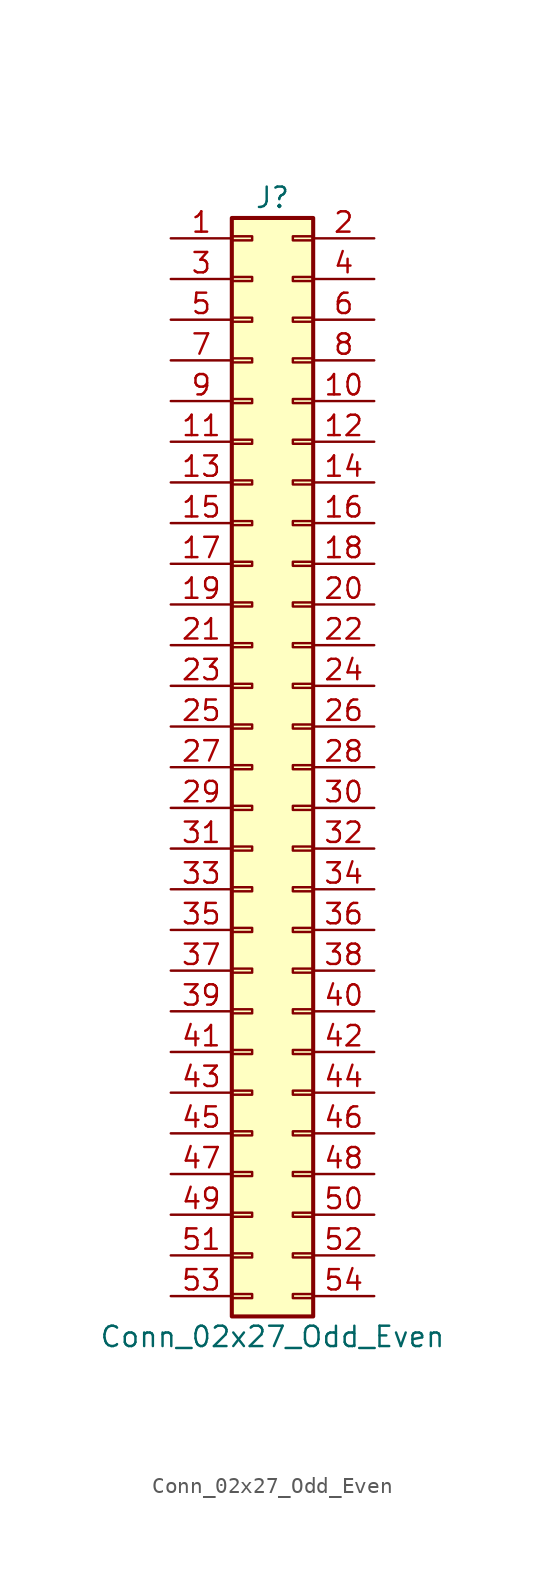
<source format=kicad_sym>
(kicad_symbol_lib
  (version 20201005)
  (generator kicad_symbol_editor)
  (symbol "Connector_Generic:Conn_02x27_Odd_Even"
    (pin_names
      (offset 1.016) hide)
    (property "Reference" "J"
      (at 1.27 35.56 0)
      (effects (font (size 1.27 1.27))))
    (property "Value" "Conn_02x27_Odd_Even"
      (at 1.27 -35.56 0)
      (effects (font (size 1.27 1.27))))
    (symbol "Conn_02x27_Odd_Even_1_1"
      (rectangle (start -1.27 -27.813) (end 0 -28.067) (stroke (width 0.152)) (fill (type none)))
      (rectangle (start -1.27 -30.353) (end 0 -30.607) (stroke (width 0.152)) (fill (type none)))
      (rectangle (start -1.27 -32.893) (end 0 -33.147) (stroke (width 0.152)) (fill (type none)))
      (rectangle (start -1.27 -4.953) (end 0 -5.207) (stroke (width 0.152)) (fill (type none)))
      (rectangle (start -1.27 -7.493) (end 0 -7.747) (stroke (width 0.152)) (fill (type none)))
      (rectangle (start -1.27 -10.033) (end 0 -10.287) (stroke (width 0.152)) (fill (type none)))
      (rectangle (start -1.27 -12.573) (end 0 -12.827) (stroke (width 0.152)) (fill (type none)))
      (rectangle (start -1.27 -15.113) (end 0 -15.367) (stroke (width 0.152)) (fill (type none)))
      (rectangle (start -1.27 -17.653) (end 0 -17.907) (stroke (width 0.152)) (fill (type none)))
      (rectangle (start -1.27 -20.193) (end 0 -20.447) (stroke (width 0.152)) (fill (type none)))
      (rectangle (start -1.27 -22.733) (end 0 -22.987) (stroke (width 0.152)) (fill (type none)))
      (rectangle (start -1.27 -2.413) (end 0 -2.667) (stroke (width 0.152)) (fill (type none)))
      (rectangle (start -1.27 -25.273) (end 0 -25.527) (stroke (width 0.152)) (fill (type none)))
      (rectangle (start -1.27 25.527) (end 0 25.273) (stroke (width 0.152)) (fill (type none)))
      (rectangle (start -1.27 2.667) (end 0 2.413) (stroke (width 0.152)) (fill (type none)))
      (rectangle (start -1.27 28.067) (end 0 27.813) (stroke (width 0.152)) (fill (type none)))
      (rectangle (start -1.27 30.607) (end 0 30.353) (stroke (width 0.152)) (fill (type none)))
      (rectangle (start -1.27 33.147) (end 0 32.893) (stroke (width 0.152)) (fill (type none)))
      (rectangle (start -1.27 34.29) (end 3.81 -34.29) (stroke (width 0.254)) (fill (type background)))
      (rectangle (start -1.27 5.207) (end 0 4.953) (stroke (width 0.152)) (fill (type none)))
      (rectangle (start -1.27 7.747) (end 0 7.493) (stroke (width 0.152)) (fill (type none)))
      (rectangle (start -1.27 10.287) (end 0 10.033) (stroke (width 0.152)) (fill (type none)))
      (rectangle (start -1.27 0.127) (end 0 -0.127) (stroke (width 0.152)) (fill (type none)))
      (rectangle (start -1.27 12.827) (end 0 12.573) (stroke (width 0.152)) (fill (type none)))
      (rectangle (start -1.27 15.367) (end 0 15.113) (stroke (width 0.152)) (fill (type none)))
      (rectangle (start -1.27 17.907) (end 0 17.653) (stroke (width 0.152)) (fill (type none)))
      (rectangle (start -1.27 20.447) (end 0 20.193) (stroke (width 0.152)) (fill (type none)))
      (rectangle (start -1.27 22.987) (end 0 22.733) (stroke (width 0.152)) (fill (type none)))
      (rectangle (start 3.81 -27.813) (end 2.54 -28.067) (stroke (width 0.152)) (fill (type none)))
      (rectangle (start 3.81 -30.353) (end 2.54 -30.607) (stroke (width 0.152)) (fill (type none)))
      (rectangle (start 3.81 -32.893) (end 2.54 -33.147) (stroke (width 0.152)) (fill (type none)))
      (rectangle (start 3.81 -4.953) (end 2.54 -5.207) (stroke (width 0.152)) (fill (type none)))
      (rectangle (start 3.81 -7.493) (end 2.54 -7.747) (stroke (width 0.152)) (fill (type none)))
      (rectangle (start 3.81 -10.033) (end 2.54 -10.287) (stroke (width 0.152)) (fill (type none)))
      (rectangle (start 3.81 -12.573) (end 2.54 -12.827) (stroke (width 0.152)) (fill (type none)))
      (rectangle (start 3.81 -15.113) (end 2.54 -15.367) (stroke (width 0.152)) (fill (type none)))
      (rectangle (start 3.81 -17.653) (end 2.54 -17.907) (stroke (width 0.152)) (fill (type none)))
      (rectangle (start 3.81 -20.193) (end 2.54 -20.447) (stroke (width 0.152)) (fill (type none)))
      (rectangle (start 3.81 -22.733) (end 2.54 -22.987) (stroke (width 0.152)) (fill (type none)))
      (rectangle (start 3.81 -2.413) (end 2.54 -2.667) (stroke (width 0.152)) (fill (type none)))
      (rectangle (start 3.81 -25.273) (end 2.54 -25.527) (stroke (width 0.152)) (fill (type none)))
      (rectangle (start 3.81 25.527) (end 2.54 25.273) (stroke (width 0.152)) (fill (type none)))
      (rectangle (start 3.81 2.667) (end 2.54 2.413) (stroke (width 0.152)) (fill (type none)))
      (rectangle (start 3.81 28.067) (end 2.54 27.813) (stroke (width 0.152)) (fill (type none)))
      (rectangle (start 3.81 30.607) (end 2.54 30.353) (stroke (width 0.152)) (fill (type none)))
      (rectangle (start 3.81 33.147) (end 2.54 32.893) (stroke (width 0.152)) (fill (type none)))
      (rectangle (start 3.81 5.207) (end 2.54 4.953) (stroke (width 0.152)) (fill (type none)))
      (rectangle (start 3.81 7.747) (end 2.54 7.493) (stroke (width 0.152)) (fill (type none)))
      (rectangle (start 3.81 10.287) (end 2.54 10.033) (stroke (width 0.152)) (fill (type none)))
      (rectangle (start 3.81 0.127) (end 2.54 -0.127) (stroke (width 0.152)) (fill (type none)))
      (rectangle (start 3.81 12.827) (end 2.54 12.573) (stroke (width 0.152)) (fill (type none)))
      (rectangle (start 3.81 15.367) (end 2.54 15.113) (stroke (width 0.152)) (fill (type none)))
      (rectangle (start 3.81 17.907) (end 2.54 17.653) (stroke (width 0.152)) (fill (type none)))
      (rectangle (start 3.81 20.447) (end 2.54 20.193) (stroke (width 0.152)) (fill (type none)))
      (rectangle (start 3.81 22.987) (end 2.54 22.733) (stroke (width 0.152)) (fill (type none)))
      (pin passive line (at -5.08 33.02 0) (length 3.81) (name "Pin_1" (effects (font (size 1.27 1.27)))) (number "1" (effects (font (size 1.27 1.27)))))
      (pin passive line (at 7.62 22.86 180) (length 3.81) (name "Pin_10" (effects (font (size 1.27 1.27)))) (number "10" (effects (font (size 1.27 1.27)))))
      (pin passive line (at -5.08 20.32 0) (length 3.81) (name "Pin_11" (effects (font (size 1.27 1.27)))) (number "11" (effects (font (size 1.27 1.27)))))
      (pin passive line (at 7.62 20.32 180) (length 3.81) (name "Pin_12" (effects (font (size 1.27 1.27)))) (number "12" (effects (font (size 1.27 1.27)))))
      (pin passive line (at -5.08 17.78 0) (length 3.81) (name "Pin_13" (effects (font (size 1.27 1.27)))) (number "13" (effects (font (size 1.27 1.27)))))
      (pin passive line (at 7.62 17.78 180) (length 3.81) (name "Pin_14" (effects (font (size 1.27 1.27)))) (number "14" (effects (font (size 1.27 1.27)))))
      (pin passive line (at -5.08 15.24 0) (length 3.81) (name "Pin_15" (effects (font (size 1.27 1.27)))) (number "15" (effects (font (size 1.27 1.27)))))
      (pin passive line (at 7.62 15.24 180) (length 3.81) (name "Pin_16" (effects (font (size 1.27 1.27)))) (number "16" (effects (font (size 1.27 1.27)))))
      (pin passive line (at -5.08 12.7 0) (length 3.81) (name "Pin_17" (effects (font (size 1.27 1.27)))) (number "17" (effects (font (size 1.27 1.27)))))
      (pin passive line (at 7.62 12.7 180) (length 3.81) (name "Pin_18" (effects (font (size 1.27 1.27)))) (number "18" (effects (font (size 1.27 1.27)))))
      (pin passive line (at -5.08 10.16 0) (length 3.81) (name "Pin_19" (effects (font (size 1.27 1.27)))) (number "19" (effects (font (size 1.27 1.27)))))
      (pin passive line (at 7.62 33.02 180) (length 3.81) (name "Pin_2" (effects (font (size 1.27 1.27)))) (number "2" (effects (font (size 1.27 1.27)))))
      (pin passive line (at 7.62 10.16 180) (length 3.81) (name "Pin_20" (effects (font (size 1.27 1.27)))) (number "20" (effects (font (size 1.27 1.27)))))
      (pin passive line (at -5.08 7.62 0) (length 3.81) (name "Pin_21" (effects (font (size 1.27 1.27)))) (number "21" (effects (font (size 1.27 1.27)))))
      (pin passive line (at 7.62 7.62 180) (length 3.81) (name "Pin_22" (effects (font (size 1.27 1.27)))) (number "22" (effects (font (size 1.27 1.27)))))
      (pin passive line (at -5.08 5.08 0) (length 3.81) (name "Pin_23" (effects (font (size 1.27 1.27)))) (number "23" (effects (font (size 1.27 1.27)))))
      (pin passive line (at 7.62 5.08 180) (length 3.81) (name "Pin_24" (effects (font (size 1.27 1.27)))) (number "24" (effects (font (size 1.27 1.27)))))
      (pin passive line (at -5.08 2.54 0) (length 3.81) (name "Pin_25" (effects (font (size 1.27 1.27)))) (number "25" (effects (font (size 1.27 1.27)))))
      (pin passive line (at 7.62 2.54 180) (length 3.81) (name "Pin_26" (effects (font (size 1.27 1.27)))) (number "26" (effects (font (size 1.27 1.27)))))
      (pin passive line (at -5.08 0 0) (length 3.81) (name "Pin_27" (effects (font (size 1.27 1.27)))) (number "27" (effects (font (size 1.27 1.27)))))
      (pin passive line (at 7.62 0 180) (length 3.81) (name "Pin_28" (effects (font (size 1.27 1.27)))) (number "28" (effects (font (size 1.27 1.27)))))
      (pin passive line (at -5.08 -2.54 0) (length 3.81) (name "Pin_29" (effects (font (size 1.27 1.27)))) (number "29" (effects (font (size 1.27 1.27)))))
      (pin passive line (at -5.08 30.48 0) (length 3.81) (name "Pin_3" (effects (font (size 1.27 1.27)))) (number "3" (effects (font (size 1.27 1.27)))))
      (pin passive line (at 7.62 -2.54 180) (length 3.81) (name "Pin_30" (effects (font (size 1.27 1.27)))) (number "30" (effects (font (size 1.27 1.27)))))
      (pin passive line (at -5.08 -5.08 0) (length 3.81) (name "Pin_31" (effects (font (size 1.27 1.27)))) (number "31" (effects (font (size 1.27 1.27)))))
      (pin passive line (at 7.62 -5.08 180) (length 3.81) (name "Pin_32" (effects (font (size 1.27 1.27)))) (number "32" (effects (font (size 1.27 1.27)))))
      (pin passive line (at -5.08 -7.62 0) (length 3.81) (name "Pin_33" (effects (font (size 1.27 1.27)))) (number "33" (effects (font (size 1.27 1.27)))))
      (pin passive line (at 7.62 -7.62 180) (length 3.81) (name "Pin_34" (effects (font (size 1.27 1.27)))) (number "34" (effects (font (size 1.27 1.27)))))
      (pin passive line (at -5.08 -10.16 0) (length 3.81) (name "Pin_35" (effects (font (size 1.27 1.27)))) (number "35" (effects (font (size 1.27 1.27)))))
      (pin passive line (at 7.62 -10.16 180) (length 3.81) (name "Pin_36" (effects (font (size 1.27 1.27)))) (number "36" (effects (font (size 1.27 1.27)))))
      (pin passive line (at -5.08 -12.7 0) (length 3.81) (name "Pin_37" (effects (font (size 1.27 1.27)))) (number "37" (effects (font (size 1.27 1.27)))))
      (pin passive line (at 7.62 -12.7 180) (length 3.81) (name "Pin_38" (effects (font (size 1.27 1.27)))) (number "38" (effects (font (size 1.27 1.27)))))
      (pin passive line (at -5.08 -15.24 0) (length 3.81) (name "Pin_39" (effects (font (size 1.27 1.27)))) (number "39" (effects (font (size 1.27 1.27)))))
      (pin passive line (at 7.62 30.48 180) (length 3.81) (name "Pin_4" (effects (font (size 1.27 1.27)))) (number "4" (effects (font (size 1.27 1.27)))))
      (pin passive line (at 7.62 -15.24 180) (length 3.81) (name "Pin_40" (effects (font (size 1.27 1.27)))) (number "40" (effects (font (size 1.27 1.27)))))
      (pin passive line (at -5.08 -17.78 0) (length 3.81) (name "Pin_41" (effects (font (size 1.27 1.27)))) (number "41" (effects (font (size 1.27 1.27)))))
      (pin passive line (at 7.62 -17.78 180) (length 3.81) (name "Pin_42" (effects (font (size 1.27 1.27)))) (number "42" (effects (font (size 1.27 1.27)))))
      (pin passive line (at -5.08 -20.32 0) (length 3.81) (name "Pin_43" (effects (font (size 1.27 1.27)))) (number "43" (effects (font (size 1.27 1.27)))))
      (pin passive line (at 7.62 -20.32 180) (length 3.81) (name "Pin_44" (effects (font (size 1.27 1.27)))) (number "44" (effects (font (size 1.27 1.27)))))
      (pin passive line (at -5.08 -22.86 0) (length 3.81) (name "Pin_45" (effects (font (size 1.27 1.27)))) (number "45" (effects (font (size 1.27 1.27)))))
      (pin passive line (at 7.62 -22.86 180) (length 3.81) (name "Pin_46" (effects (font (size 1.27 1.27)))) (number "46" (effects (font (size 1.27 1.27)))))
      (pin passive line (at -5.08 -25.4 0) (length 3.81) (name "Pin_47" (effects (font (size 1.27 1.27)))) (number "47" (effects (font (size 1.27 1.27)))))
      (pin passive line (at 7.62 -25.4 180) (length 3.81) (name "Pin_48" (effects (font (size 1.27 1.27)))) (number "48" (effects (font (size 1.27 1.27)))))
      (pin passive line (at -5.08 -27.94 0) (length 3.81) (name "Pin_49" (effects (font (size 1.27 1.27)))) (number "49" (effects (font (size 1.27 1.27)))))
      (pin passive line (at -5.08 27.94 0) (length 3.81) (name "Pin_5" (effects (font (size 1.27 1.27)))) (number "5" (effects (font (size 1.27 1.27)))))
      (pin passive line (at 7.62 -27.94 180) (length 3.81) (name "Pin_50" (effects (font (size 1.27 1.27)))) (number "50" (effects (font (size 1.27 1.27)))))
      (pin passive line (at -5.08 -30.48 0) (length 3.81) (name "Pin_51" (effects (font (size 1.27 1.27)))) (number "51" (effects (font (size 1.27 1.27)))))
      (pin passive line (at 7.62 -30.48 180) (length 3.81) (name "Pin_52" (effects (font (size 1.27 1.27)))) (number "52" (effects (font (size 1.27 1.27)))))
      (pin passive line (at -5.08 -33.02 0) (length 3.81) (name "Pin_53" (effects (font (size 1.27 1.27)))) (number "53" (effects (font (size 1.27 1.27)))))
      (pin passive line (at 7.62 -33.02 180) (length 3.81) (name "Pin_54" (effects (font (size 1.27 1.27)))) (number "54" (effects (font (size 1.27 1.27)))))
      (pin passive line (at 7.62 27.94 180) (length 3.81) (name "Pin_6" (effects (font (size 1.27 1.27)))) (number "6" (effects (font (size 1.27 1.27)))))
      (pin passive line (at -5.08 25.4 0) (length 3.81) (name "Pin_7" (effects (font (size 1.27 1.27)))) (number "7" (effects (font (size 1.27 1.27)))))
      (pin passive line (at 7.62 25.4 180) (length 3.81) (name "Pin_8" (effects (font (size 1.27 1.27)))) (number "8" (effects (font (size 1.27 1.27)))))
      (pin passive line (at -5.08 22.86 0) (length 3.81) (name "Pin_9" (effects (font (size 1.27 1.27)))) (number "9" (effects (font (size 1.27 1.27))))))))
</source>
